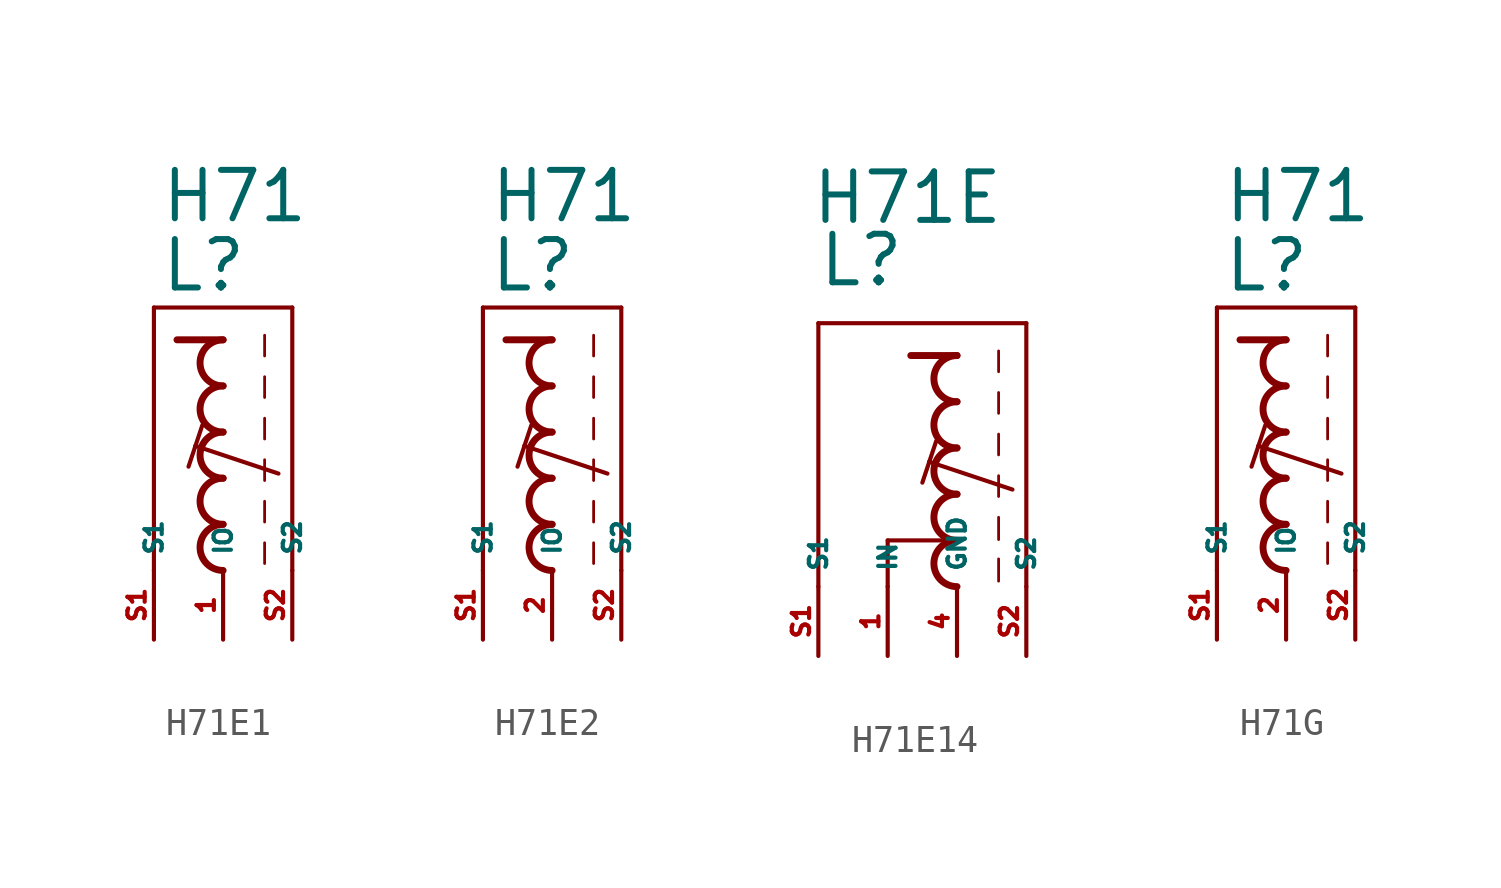
<source format=kicad_sym>
(kicad_symbol_lib
  (version 20220914)
  (generator kicad_symbol_editor)
  (symbol "H71E1"
    (property "Reference" "L"
      (at -2.34 5.08 0)
      (effects (font (size 1.778 1.778) (thickness 0.22)) (justify left bottom)))
    (property "Value" "H71"
      (at -2.34 7.62 0)
      (effects (font (size 1.778 1.778) (thickness 0.22)) (justify left bottom)))
    (symbol "H71E1_1_1"
      (arc (start 0 -3.3866) (mid -0.8464 -4.2333) (end 0 -5.08) (stroke (width 0.254) (type default)) (fill (type none)))
      (arc (start 0 -1.6932) (mid -0.8464 -2.5399) (end 0 -3.3866) (stroke (width 0.254) (type default)) (fill (type none)))
      (arc (start 0 0) (mid -0.8464 -0.8467) (end 0 -1.6934) (stroke (width 0.254) (type default)) (fill (type none)))
      (polyline (pts (xy -2.54 -5.08) (xy -2.54 4.572)) (stroke (width 0.152) (type default)) (fill (type none)))
      (polyline (pts (xy -2.54 4.572) (xy 2.54 4.572)) (stroke (width 0.152) (type default)) (fill (type none)))
      (polyline (pts (xy -1.016 -0.508) (xy -1.27 -1.27)) (stroke (width 0.152) (type default)) (fill (type none)))
      (polyline (pts (xy -0.762 0.254) (xy -1.016 -0.508)) (stroke (width 0.152) (type default)) (fill (type none)))
      (polyline (pts (xy 0 3.387) (xy -1.693 3.387)) (stroke (width 0.254) (type default)) (fill (type none)))
      (polyline (pts (xy 1.524 -4.064) (xy 1.524 -4.826)) (stroke (width 0.102) (type default)) (fill (type none)))
      (polyline (pts (xy 1.524 -2.54) (xy 1.524 -3.302)) (stroke (width 0.102) (type default)) (fill (type none)))
      (polyline (pts (xy 1.524 -1.016) (xy 1.524 -1.778)) (stroke (width 0.102) (type default)) (fill (type none)))
      (polyline (pts (xy 1.524 0.508) (xy 1.524 -0.254)) (stroke (width 0.102) (type default)) (fill (type none)))
      (polyline (pts (xy 1.524 2.032) (xy 1.524 1.27)) (stroke (width 0.102) (type default)) (fill (type none)))
      (polyline (pts (xy 1.524 3.556) (xy 1.524 2.794)) (stroke (width 0.102) (type default)) (fill (type none)))
      (polyline (pts (xy 2.032 -1.524) (xy -1.016 -0.508)) (stroke (width 0.152) (type default)) (fill (type none)))
      (polyline (pts (xy 2.54 4.572) (xy 2.54 -5.08)) (stroke (width 0.152) (type default)) (fill (type none)))
      (arc (start 0 1.6934) (mid -0.8464 0.8467) (end 0 0) (stroke (width 0.254) (type default)) (fill (type none)))
      (arc (start 0 3.3866) (mid -0.8462 2.54) (end 0 1.6934) (stroke (width 0.254) (type default)) (fill (type none)))
      (pin passive line (at 0 -7.62 90) (length 2.54) (name "IO" (effects (font (size 0.635 0.635)))) (number "1" (effects (font (size 0.635 0.635)))))
      (pin passive line (at -2.54 -7.62 90) (length 2.54) (name "S1" (effects (font (size 0.635 0.635)))) (number "S1" (effects (font (size 0.635 0.635)))))
      (pin passive line (at 2.54 -7.62 90) (length 2.54) (name "S2" (effects (font (size 0.635 0.635)))) (number "S2" (effects (font (size 0.635 0.635)))))))
  (symbol "H71E2"
    (property "Reference" "L"
      (at -2.34 5.08 0)
      (effects (font (size 1.778 1.778) (thickness 0.22)) (justify left bottom)))
    (property "Value" "H71"
      (at -2.34 7.62 0)
      (effects (font (size 1.778 1.778) (thickness 0.22)) (justify left bottom)))
    (symbol "H71E2_1_1"
      (arc (start 0 -3.3866) (mid -0.8464 -4.2333) (end 0 -5.08) (stroke (width 0.254) (type default)) (fill (type none)))
      (arc (start 0 -1.6932) (mid -0.8464 -2.5399) (end 0 -3.3866) (stroke (width 0.254) (type default)) (fill (type none)))
      (arc (start 0 0) (mid -0.8464 -0.8467) (end 0 -1.6934) (stroke (width 0.254) (type default)) (fill (type none)))
      (polyline (pts (xy -2.54 -5.08) (xy -2.54 4.572)) (stroke (width 0.152) (type default)) (fill (type none)))
      (polyline (pts (xy -2.54 4.572) (xy 2.54 4.572)) (stroke (width 0.152) (type default)) (fill (type none)))
      (polyline (pts (xy -1.016 -0.508) (xy -1.27 -1.27)) (stroke (width 0.152) (type default)) (fill (type none)))
      (polyline (pts (xy -0.762 0.254) (xy -1.016 -0.508)) (stroke (width 0.152) (type default)) (fill (type none)))
      (polyline (pts (xy 0 3.387) (xy -1.693 3.387)) (stroke (width 0.254) (type default)) (fill (type none)))
      (polyline (pts (xy 1.524 -4.064) (xy 1.524 -4.826)) (stroke (width 0.102) (type default)) (fill (type none)))
      (polyline (pts (xy 1.524 -2.54) (xy 1.524 -3.302)) (stroke (width 0.102) (type default)) (fill (type none)))
      (polyline (pts (xy 1.524 -1.016) (xy 1.524 -1.778)) (stroke (width 0.102) (type default)) (fill (type none)))
      (polyline (pts (xy 1.524 0.508) (xy 1.524 -0.254)) (stroke (width 0.102) (type default)) (fill (type none)))
      (polyline (pts (xy 1.524 2.032) (xy 1.524 1.27)) (stroke (width 0.102) (type default)) (fill (type none)))
      (polyline (pts (xy 1.524 3.556) (xy 1.524 2.794)) (stroke (width 0.102) (type default)) (fill (type none)))
      (polyline (pts (xy 2.032 -1.524) (xy -1.016 -0.508)) (stroke (width 0.152) (type default)) (fill (type none)))
      (polyline (pts (xy 2.54 4.572) (xy 2.54 -5.08)) (stroke (width 0.152) (type default)) (fill (type none)))
      (arc (start 0 1.6934) (mid -0.8464 0.8467) (end 0 0) (stroke (width 0.254) (type default)) (fill (type none)))
      (arc (start 0 3.3866) (mid -0.8462 2.54) (end 0 1.6934) (stroke (width 0.254) (type default)) (fill (type none)))
      (pin passive line (at 0 -7.62 90) (length 2.54) (name "IO" (effects (font (size 0.635 0.635)))) (number "2" (effects (font (size 0.635 0.635)))))
      (pin passive line (at -2.54 -7.62 90) (length 2.54) (name "S1" (effects (font (size 0.635 0.635)))) (number "S1" (effects (font (size 0.635 0.635)))))
      (pin passive line (at 2.54 -7.62 90) (length 2.54) (name "S2" (effects (font (size 0.635 0.635)))) (number "S2" (effects (font (size 0.635 0.635)))))))
  (symbol "H71E14"
    (property "Reference" "L"
      (at -5.134 5.842 0)
      (effects (font (size 1.778 1.778) (thickness 0.22)) (justify left bottom)))
    (property "Value" "H71E"
      (at -5.388 8.128 0)
      (effects (font (size 1.778 1.778) (thickness 0.22)) (justify left bottom)))
    (symbol "H71E14_1_1"
      (arc (start 0 -3.3866) (mid -0.8464 -4.2333) (end 0 -5.08) (stroke (width 0.254) (type default)) (fill (type none)))
      (arc (start 0 -1.6932) (mid -0.8464 -2.5399) (end 0 -3.3866) (stroke (width 0.254) (type default)) (fill (type none)))
      (arc (start 0 0) (mid -0.8464 -0.8467) (end 0 -1.6934) (stroke (width 0.254) (type default)) (fill (type none)))
      (polyline (pts (xy -5.08 -5.08) (xy -5.08 4.572)) (stroke (width 0.152) (type default)) (fill (type none)))
      (polyline (pts (xy -5.08 4.572) (xy 2.54 4.572)) (stroke (width 0.152) (type default)) (fill (type none)))
      (polyline (pts (xy -2.54 -3.387) (xy -2.54 -5.08)) (stroke (width 0.152) (type default)) (fill (type none)))
      (polyline (pts (xy -1.016 -0.508) (xy -1.27 -1.27)) (stroke (width 0.152) (type default)) (fill (type none)))
      (polyline (pts (xy -0.762 0.254) (xy -1.016 -0.508)) (stroke (width 0.152) (type default)) (fill (type none)))
      (polyline (pts (xy 0 -3.387) (xy -2.54 -3.387)) (stroke (width 0.152) (type default)) (fill (type none)))
      (polyline (pts (xy 0 3.387) (xy -1.693 3.387)) (stroke (width 0.254) (type default)) (fill (type none)))
      (polyline (pts (xy 1.524 -4.064) (xy 1.524 -4.88)) (stroke (width 0.102) (type default)) (fill (type none)))
      (polyline (pts (xy 1.524 -2.54) (xy 1.524 -3.356)) (stroke (width 0.102) (type default)) (fill (type none)))
      (polyline (pts (xy 1.524 -1.016) (xy 1.524 -1.778)) (stroke (width 0.102) (type default)) (fill (type none)))
      (polyline (pts (xy 1.524 0.508) (xy 1.524 -0.254)) (stroke (width 0.102) (type default)) (fill (type none)))
      (polyline (pts (xy 1.524 2.032) (xy 1.524 1.27)) (stroke (width 0.102) (type default)) (fill (type none)))
      (polyline (pts (xy 1.524 3.556) (xy 1.524 2.794)) (stroke (width 0.102) (type default)) (fill (type none)))
      (polyline (pts (xy 2.032 -1.524) (xy -1.016 -0.508)) (stroke (width 0.152) (type default)) (fill (type none)))
      (polyline (pts (xy 2.54 4.572) (xy 2.54 -5.08)) (stroke (width 0.152) (type default)) (fill (type none)))
      (arc (start 0 1.6934) (mid -0.8464 0.8467) (end 0 0) (stroke (width 0.254) (type default)) (fill (type none)))
      (arc (start 0 3.3866) (mid -0.8462 2.54) (end 0 1.6934) (stroke (width 0.254) (type default)) (fill (type none)))
      (pin passive line (at -2.54 -7.62 90) (length 2.54) (name "IN" (effects (font (size 0.635 0.635)))) (number "1" (effects (font (size 0.635 0.635)))))
      (pin passive line (at 0 -7.62 90) (length 2.54) (name "GND" (effects (font (size 0.635 0.635)))) (number "4" (effects (font (size 0.635 0.635)))))
      (pin passive line (at -5.08 -7.62 90) (length 2.54) (name "S1" (effects (font (size 0.635 0.635)))) (number "S1" (effects (font (size 0.635 0.635)))))
      (pin passive line (at 2.54 -7.62 90) (length 2.54) (name "S2" (effects (font (size 0.635 0.635)))) (number "S2" (effects (font (size 0.635 0.635)))))))
  (symbol "H71G"
    (property "Reference" "L"
      (at -2.34 5.08 0)
      (effects (font (size 1.778 1.778) (thickness 0.22)) (justify left bottom)))
    (property "Value" "H71"
      (at -2.34 7.62 0)
      (effects (font (size 1.778 1.778) (thickness 0.22)) (justify left bottom)))
    (symbol "H71G_1_1"
      (arc (start 0 -3.3866) (mid -0.8464 -4.2333) (end 0 -5.08) (stroke (width 0.254) (type default)) (fill (type none)))
      (arc (start 0 -1.6932) (mid -0.8464 -2.5399) (end 0 -3.3866) (stroke (width 0.254) (type default)) (fill (type none)))
      (arc (start 0 0) (mid -0.8464 -0.8467) (end 0 -1.6934) (stroke (width 0.254) (type default)) (fill (type none)))
      (polyline (pts (xy -2.54 -5.08) (xy -2.54 4.572)) (stroke (width 0.152) (type default)) (fill (type none)))
      (polyline (pts (xy -2.54 4.572) (xy 2.54 4.572)) (stroke (width 0.152) (type default)) (fill (type none)))
      (polyline (pts (xy -1.016 -0.508) (xy -1.27 -1.27)) (stroke (width 0.152) (type default)) (fill (type none)))
      (polyline (pts (xy -0.762 0.254) (xy -1.016 -0.508)) (stroke (width 0.152) (type default)) (fill (type none)))
      (polyline (pts (xy 0 3.387) (xy -1.693 3.387)) (stroke (width 0.254) (type default)) (fill (type none)))
      (polyline (pts (xy 1.524 -4.064) (xy 1.524 -4.826)) (stroke (width 0.102) (type default)) (fill (type none)))
      (polyline (pts (xy 1.524 -2.54) (xy 1.524 -3.302)) (stroke (width 0.102) (type default)) (fill (type none)))
      (polyline (pts (xy 1.524 -1.016) (xy 1.524 -1.778)) (stroke (width 0.102) (type default)) (fill (type none)))
      (polyline (pts (xy 1.524 0.508) (xy 1.524 -0.254)) (stroke (width 0.102) (type default)) (fill (type none)))
      (polyline (pts (xy 1.524 2.032) (xy 1.524 1.27)) (stroke (width 0.102) (type default)) (fill (type none)))
      (polyline (pts (xy 1.524 3.556) (xy 1.524 2.794)) (stroke (width 0.102) (type default)) (fill (type none)))
      (polyline (pts (xy 2.032 -1.524) (xy -1.016 -0.508)) (stroke (width 0.152) (type default)) (fill (type none)))
      (polyline (pts (xy 2.54 4.572) (xy 2.54 -5.08)) (stroke (width 0.152) (type default)) (fill (type none)))
      (arc (start 0 1.6934) (mid -0.8464 0.8467) (end 0 0) (stroke (width 0.254) (type default)) (fill (type none)))
      (arc (start 0 3.3866) (mid -0.8462 2.54) (end 0 1.6934) (stroke (width 0.254) (type default)) (fill (type none)))
      (pin passive line (at 0 -7.62 90) (length 2.54) (name "IO" (effects (font (size 0.635 0.635)))) (number "2" (effects (font (size 0.635 0.635)))))
      (pin passive line (at -2.54 -7.62 90) (length 2.54) (name "S1" (effects (font (size 0.635 0.635)))) (number "S1" (effects (font (size 0.635 0.635)))))
      (pin passive line (at 2.54 -7.62 90) (length 2.54) (name "S2" (effects (font (size 0.635 0.635)))) (number "S2" (effects (font (size 0.635 0.635))))))))
</source>
